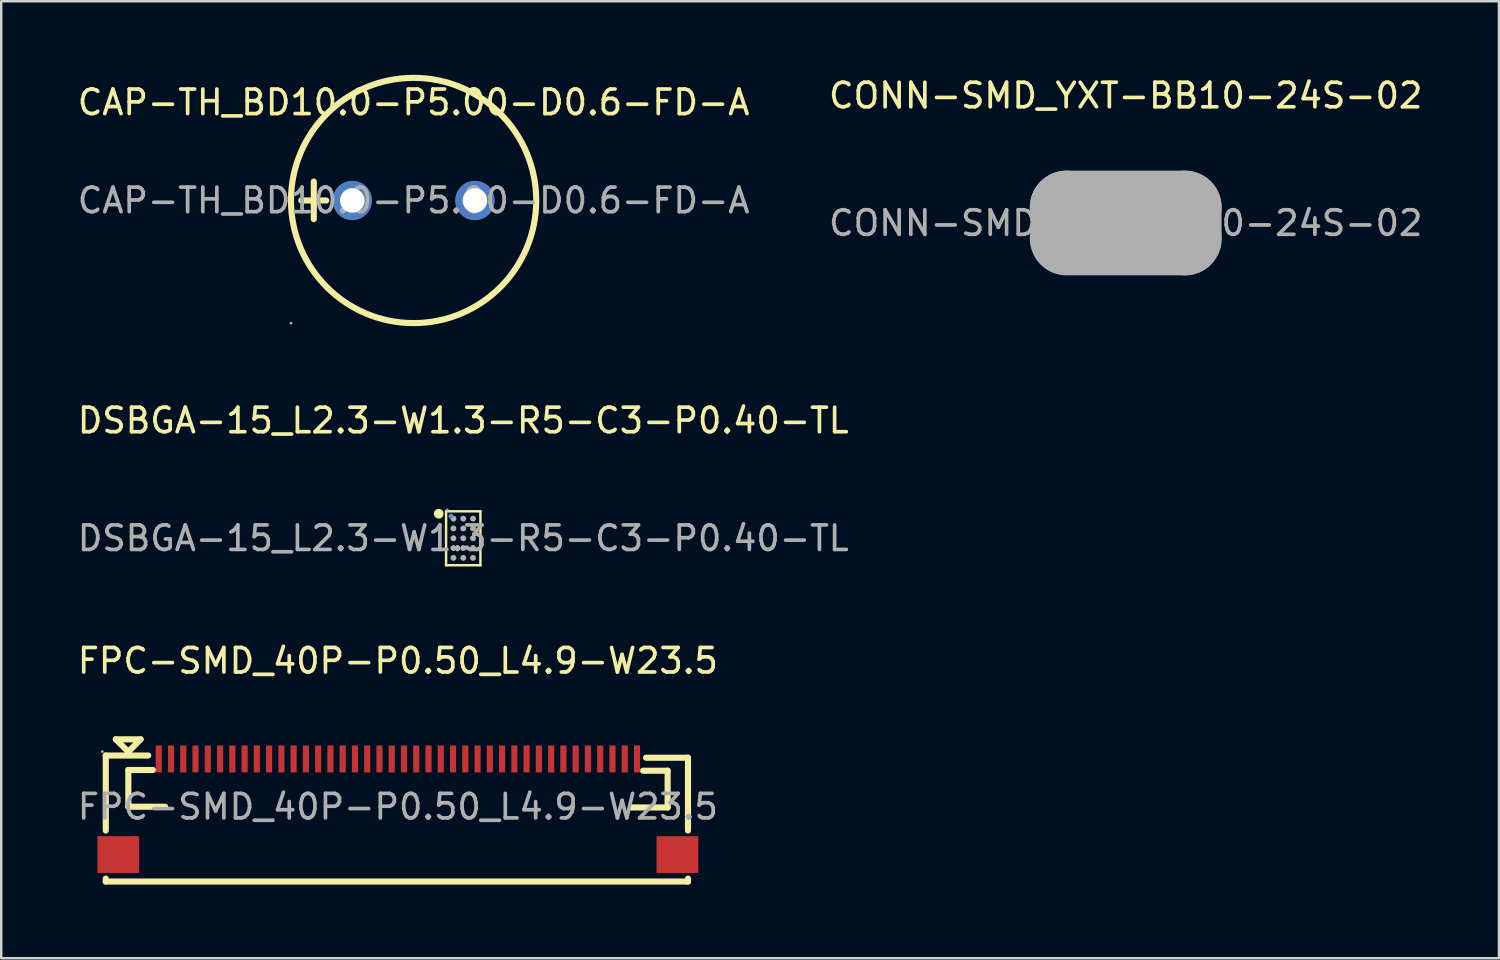
<source format=kicad_pcb>
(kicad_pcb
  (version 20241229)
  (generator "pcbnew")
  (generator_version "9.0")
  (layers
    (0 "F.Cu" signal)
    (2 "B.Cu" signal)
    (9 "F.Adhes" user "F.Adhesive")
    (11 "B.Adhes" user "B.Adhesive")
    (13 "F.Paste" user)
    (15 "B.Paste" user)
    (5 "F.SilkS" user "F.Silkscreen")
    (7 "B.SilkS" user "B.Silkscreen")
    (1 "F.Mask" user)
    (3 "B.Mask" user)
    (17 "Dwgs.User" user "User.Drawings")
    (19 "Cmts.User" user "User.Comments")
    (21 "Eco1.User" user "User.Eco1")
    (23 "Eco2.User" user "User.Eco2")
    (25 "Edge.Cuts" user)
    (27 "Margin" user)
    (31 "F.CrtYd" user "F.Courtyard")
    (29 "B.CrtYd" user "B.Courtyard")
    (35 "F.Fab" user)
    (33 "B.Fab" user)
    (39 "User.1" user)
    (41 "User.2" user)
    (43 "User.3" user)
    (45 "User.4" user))
  (footprint "CONN-SMD_YXT-BB10-24S-02"
    (layer "F.Cu")
    (at 42.851 6.048)
    (property "Reference" "CONN-SMD_YXT-BB10-24S-02" (at 0 -5.2 0) (layer "F.SilkS") (effects (font (size 1 1) (thickness 0.15))))
    (attr smd)
    (fp_line (start -3.65 -0.4) (end -3.65 0.4) (stroke (width 0.15) (type solid)) (layer "F.SilkS"))
    (fp_line (start 3.65 -0.4) (end 3.65 0.4) (stroke (width 0.15) (type solid)) (layer "F.SilkS"))
    (fp_circle (center 2.16 -1.78) (end 2.26 -1.78) (stroke (width 0.2) (type solid)) (fill no) (layer "F.SilkS"))
    (fp_line (start -2.41 -0.64) (end -2.41 -0.64) (stroke (width 3) (type solid)) (layer "F.Fab"))
    (fp_line (start -2.41 -0.64) (end 2.41 -0.64) (stroke (width 3) (type solid)) (layer "F.Fab"))
    (fp_line (start 2.41 -0.64) (end 2.41 0.63) (stroke (width 3) (type solid)) (layer "F.Fab"))
    (fp_line (start 2.41 0.63) (end -2.41 0.63) (stroke (width 3) (type solid)) (layer "F.Fab"))
    (fp_circle (center 3.65 -1.26) (end 3.68 -1.26) (stroke (width 0.06) (type solid)) (fill no) (layer "F.Fab"))
    (fp_text user "${REFERENCE}" (at 0 0 0) (layer "F.Fab") (effects (font (size 1 1) (thickness 0.15))))
    (pad "1" smd rect (at 2.2 -1.2) (size 0.2 0.5) (layers "F.Cu" "F.Mask" "F.Paste"))
    (pad "2" smd rect (at 1.8 -1.2) (size 0.2 0.5) (layers "F.Cu" "F.Mask" "F.Paste"))
    (pad "3" smd rect (at 1.4 -1.2) (size 0.2 0.5) (layers "F.Cu" "F.Mask" "F.Paste"))
    (pad "4" smd rect (at 1 -1.2) (size 0.2 0.5) (layers "F.Cu" "F.Mask" "F.Paste"))
    (pad "5" smd rect (at 0.6 -1.2) (size 0.2 0.5) (layers "F.Cu" "F.Mask" "F.Paste"))
    (pad "6" smd rect (at 0.2 -1.2) (size 0.2 0.5) (layers "F.Cu" "F.Mask" "F.Paste"))
    (pad "7" smd rect (at -0.2 -1.2) (size 0.2 0.5) (layers "F.Cu" "F.Mask" "F.Paste"))
    (pad "8" smd rect (at -0.6 -1.2) (size 0.2 0.5) (layers "F.Cu" "F.Mask" "F.Paste"))
    (pad "9" smd rect (at -1 -1.2) (size 0.2 0.5) (layers "F.Cu" "F.Mask" "F.Paste"))
    (pad "10" smd rect (at -1.4 -1.2) (size 0.2 0.5) (layers "F.Cu" "F.Mask" "F.Paste"))
    (pad "11" smd rect (at -1.8 -1.2) (size 0.2 0.5) (layers "F.Cu" "F.Mask" "F.Paste"))
    (pad "12" smd rect (at -2.2 -1.2) (size 0.2 0.5) (layers "F.Cu" "F.Mask" "F.Paste"))
    (pad "13" smd rect (at -2.2 1.2) (size 0.2 0.5) (layers "F.Cu" "F.Mask" "F.Paste"))
    (pad "14" smd rect (at -1.8 1.2) (size 0.2 0.5) (layers "F.Cu" "F.Mask" "F.Paste"))
    (pad "15" smd rect (at -1.4 1.2) (size 0.2 0.5) (layers "F.Cu" "F.Mask" "F.Paste"))
    (pad "16" smd rect (at -1 1.2) (size 0.2 0.5) (layers "F.Cu" "F.Mask" "F.Paste"))
    (pad "17" smd rect (at -0.6 1.2) (size 0.2 0.5) (layers "F.Cu" "F.Mask" "F.Paste"))
    (pad "18" smd rect (at -0.2 1.2) (size 0.2 0.5) (layers "F.Cu" "F.Mask" "F.Paste"))
    (pad "19" smd rect (at 0.2 1.2) (size 0.2 0.5) (layers "F.Cu" "F.Mask" "F.Paste"))
    (pad "20" smd rect (at 0.6 1.2) (size 0.2 0.5) (layers "F.Cu" "F.Mask" "F.Paste"))
    (pad "21" smd rect (at 1 1.2) (size 0.2 0.5) (layers "F.Cu" "F.Mask" "F.Paste"))
    (pad "22" smd rect (at 1.4 1.2) (size 0.2 0.5) (layers "F.Cu" "F.Mask" "F.Paste"))
    (pad "23" smd rect (at 1.8 1.2) (size 0.2 0.5) (layers "F.Cu" "F.Mask" "F.Paste"))
    (pad "24" smd rect (at 2.2 1.2) (size 0.2 0.5) (layers "F.Cu" "F.Mask" "F.Paste"))
    (pad "25" smd rect (at -3.2 -0.99) (size 0.9 0.92) (layers "F.Cu" "F.Mask" "F.Paste"))
    (pad "26" smd rect (at -3.2 0.99) (size 0.9 0.92) (layers "F.Cu" "F.Mask" "F.Paste"))
    (pad "27" smd rect (at 3.2 0.99) (size 0.9 0.92) (layers "F.Cu" "F.Mask" "F.Paste"))
    (pad "28" smd rect (at 3.2 -0.99) (size 0.9 0.92) (layers "F.Cu" "F.Mask" "F.Paste")))
  (footprint "CAP-TH_BD10.0-P5.00-D0.6-FD-A"
    (layer "F.Cu")
    (at 13.815 5.125)
    (property "Reference" "CAP-TH_BD10.0-P5.00-D0.6-FD-A" (at 0 -4 0) (layer "F.SilkS") (effects (font (size 1 1) (thickness 0.15))))
    (attr through_hole)
    (fp_line (start -4.58 0) (end -3.56 0) (stroke (width 0.25) (type solid)) (layer "F.SilkS"))
    (fp_line (start -4.07 -0.77) (end -4.07 0.76) (stroke (width 0.25) (type solid)) (layer "F.SilkS"))
    (fp_circle (center 0 0) (end 5 0) (stroke (width 0.25) (type solid)) (fill no) (layer "F.SilkS"))
    (fp_circle (center -5 5) (end -4.97 5) (stroke (width 0.06) (type solid)) (fill no) (layer "F.Fab"))
    (fp_circle (center -2.5 0) (end -2.35 0) (stroke (width 0.3) (type solid)) (fill no) (layer "F.Fab"))
    (fp_circle (center 2.5 0) (end 2.65 0) (stroke (width 0.3) (type solid)) (fill no) (layer "F.Fab"))
    (fp_text user "${REFERENCE}" (at 0 0 0) (layer "F.Fab") (effects (font (size 1 1) (thickness 0.15))))
    (pad "1" thru_hole circle (at -2.5 0) (size 1.6 1.6) (drill 1) (layers "*.Cu" "*.Mask"))
    (pad "2" thru_hole circle (at 2.5 0) (size 1.6 1.6) (drill 1) (layers "*.Cu" "*.Mask")))
  (footprint "DSBGA-15_L2.3-W1.3-R5-C3-P0.40-TL"
    (layer "F.Cu")
    (at 15.839 18.898)
    (property "Reference" "DSBGA-15_L2.3-W1.3-R5-C3-P0.40-TL" (at 0 -4.8 0) (layer "F.SilkS") (effects (font (size 1 1) (thickness 0.15))))
    (attr smd)
    (fp_line (start -0.7 -1.1) (end -0.7 -1.1) (stroke (width 0.1) (type solid)) (layer "F.SilkS"))
    (fp_line (start -0.7 -1.1) (end 0.7 -1.1) (stroke (width 0.1) (type solid)) (layer "F.SilkS"))
    (fp_line (start -0.7 1.1) (end -0.7 -1.1) (stroke (width 0.1) (type solid)) (layer "F.SilkS"))
    (fp_line (start 0.7 -1.1) (end 0.7 1.1) (stroke (width 0.1) (type solid)) (layer "F.SilkS"))
    (fp_line (start 0.7 1.1) (end -0.7 1.1) (stroke (width 0.1) (type solid)) (layer "F.SilkS"))
    (fp_circle (center -1 -1) (end -0.9 -1) (stroke (width 0.2) (type solid)) (fill no) (layer "F.SilkS"))
    (fp_circle (center -0.5 -0.9) (end -0.45 -0.9) (stroke (width 0.1) (type solid)) (fill no) (layer "Cmts.User"))
    (fp_circle (center -0.65 -1.15) (end -0.62 -1.15) (stroke (width 0.06) (type solid)) (fill no) (layer "F.Fab"))
    (fp_circle (center -0.4 -0.8) (end -0.34 -0.8) (stroke (width 0.12) (type solid)) (fill no) (layer "F.Fab"))
    (fp_circle (center -0.4 -0.4) (end -0.34 -0.4) (stroke (width 0.12) (type solid)) (fill no) (layer "F.Fab"))
    (fp_circle (center -0.4 0) (end -0.34 0) (stroke (width 0.12) (type solid)) (fill no) (layer "F.Fab"))
    (fp_circle (center -0.4 0.4) (end -0.34 0.4) (stroke (width 0.12) (type solid)) (fill no) (layer "F.Fab"))
    (fp_circle (center -0.4 0.8) (end -0.34 0.8) (stroke (width 0.12) (type solid)) (fill no) (layer "F.Fab"))
    (fp_circle (center 0 -0.8) (end 0.06 -0.8) (stroke (width 0.12) (type solid)) (fill no) (layer "F.Fab"))
    (fp_circle (center 0 -0.4) (end 0.06 -0.4) (stroke (width 0.12) (type solid)) (fill no) (layer "F.Fab"))
    (fp_circle (center 0 0) (end 0.06 0) (stroke (width 0.12) (type solid)) (fill no) (layer "F.Fab"))
    (fp_circle (center 0 0.4) (end 0.06 0.4) (stroke (width 0.12) (type solid)) (fill no) (layer "F.Fab"))
    (fp_circle (center 0 0.8) (end 0.06 0.8) (stroke (width 0.12) (type solid)) (fill no) (layer "F.Fab"))
    (fp_circle (center 0.4 -0.8) (end 0.46 -0.8) (stroke (width 0.12) (type solid)) (fill no) (layer "F.Fab"))
    (fp_circle (center 0.4 -0.4) (end 0.46 -0.4) (stroke (width 0.12) (type solid)) (fill no) (layer "F.Fab"))
    (fp_circle (center 0.4 0) (end 0.46 0) (stroke (width 0.12) (type solid)) (fill no) (layer "F.Fab"))
    (fp_circle (center 0.4 0.4) (end 0.46 0.4) (stroke (width 0.12) (type solid)) (fill no) (layer "F.Fab"))
    (fp_circle (center 0.4 0.8) (end 0.46 0.8) (stroke (width 0.12) (type solid)) (fill no) (layer "F.Fab"))
    (fp_text user "${REFERENCE}" (at 0 0 0) (layer "F.Fab") (effects (font (size 1 1) (thickness 0.15))))
    (pad "A1" smd circle (at -0.4 -0.8) (size 0.2 0.2) (layers "F.Cu" "F.Mask" "F.Paste"))
    (pad "A2" smd circle (at 0 -0.8) (size 0.2 0.2) (layers "F.Cu" "F.Mask" "F.Paste"))
    (pad "A3" smd circle (at 0.4 -0.8) (size 0.2 0.2) (layers "F.Cu" "F.Mask" "F.Paste"))
    (pad "B1" smd circle (at -0.4 -0.4) (size 0.2 0.2) (layers "F.Cu" "F.Mask" "F.Paste"))
    (pad "B2" smd circle (at 0 -0.4) (size 0.2 0.2) (layers "F.Cu" "F.Mask" "F.Paste"))
    (pad "B3" smd circle (at 0.4 -0.4) (size 0.2 0.2) (layers "F.Cu" "F.Mask" "F.Paste"))
    (pad "C1" smd circle (at -0.4 0) (size 0.2 0.2) (layers "F.Cu" "F.Mask" "F.Paste"))
    (pad "C2" smd circle (at 0 0) (size 0.2 0.2) (layers "F.Cu" "F.Mask" "F.Paste"))
    (pad "C3" smd circle (at 0.4 0) (size 0.2 0.2) (layers "F.Cu" "F.Mask" "F.Paste"))
    (pad "D1" smd circle (at -0.4 0.4) (size 0.2 0.2) (layers "F.Cu" "F.Mask" "F.Paste"))
    (pad "D2" smd circle (at 0 0.4) (size 0.2 0.2) (layers "F.Cu" "F.Mask" "F.Paste"))
    (pad "D3" smd circle (at 0.4 0.4) (size 0.2 0.2) (layers "F.Cu" "F.Mask" "F.Paste"))
    (pad "E1" smd circle (at -0.4 0.8) (size 0.2 0.2) (layers "F.Cu" "F.Mask" "F.Paste"))
    (pad "E2" smd circle (at 0 0.8) (size 0.2 0.2) (layers "F.Cu" "F.Mask" "F.Paste"))
    (pad "E3" smd circle (at 0.4 0.8) (size 0.2 0.2) (layers "F.Cu" "F.Mask" "F.Paste")))
  (footprint "FPC-SMD_40P-P0.50_L4.9-W23.5"
    (layer "F.Cu")
    (at 13.173 29.846)
    (property "Reference" "FPC-SMD_40P-P0.50_L4.9-W23.5" (at 0 -5.95 0) (layer "F.SilkS") (effects (font (size 1 1) (thickness 0.15))))
    (attr smd)
    (fp_line (start -11.91 -2.09) (end -10.18 -2.09) (stroke (width 0.25) (type solid)) (layer "F.SilkS"))
    (fp_line (start -11.91 0.97) (end -11.91 -2.09) (stroke (width 0.25) (type solid)) (layer "F.SilkS"))
    (fp_line (start -11.91 3.05) (end -11.91 2.93) (stroke (width 0.25) (type solid)) (layer "F.SilkS"))
    (fp_line (start -11.5 -2.75) (end -10.49 -2.75) (stroke (width 0.25) (type solid)) (layer "F.SilkS"))
    (fp_line (start -10.99 -2.24) (end -11.5 -2.75) (stroke (width 0.25) (type solid)) (layer "F.SilkS"))
    (fp_line (start -10.99 -1.5) (end -10.99 0) (stroke (width 0.25) (type solid)) (layer "F.SilkS"))
    (fp_line (start -10.99 0) (end -9.49 0) (stroke (width 0.25) (type solid)) (layer "F.SilkS"))
    (fp_line (start -10.49 -2.75) (end -10.99 -2.24) (stroke (width 0.25) (type solid)) (layer "F.SilkS"))
    (fp_line (start -9.99 -1.5) (end -10.99 -1.5) (stroke (width 0.25) (type solid)) (layer "F.SilkS"))
    (fp_line (start 10 -1.47) (end 11 -1.47) (stroke (width 0.25) (type solid)) (layer "F.SilkS"))
    (fp_line (start 10.12 -2) (end 11.83 -2) (stroke (width 0.25) (type solid)) (layer "F.SilkS"))
    (fp_line (start 11 -1.47) (end 11 0.03) (stroke (width 0.25) (type solid)) (layer "F.SilkS"))
    (fp_line (start 11 0.03) (end 9.51 0.03) (stroke (width 0.25) (type solid)) (layer "F.SilkS"))
    (fp_line (start 11.83 -2) (end 11.83 0.97) (stroke (width 0.25) (type solid)) (layer "F.SilkS"))
    (fp_line (start 11.83 2.93) (end 11.83 3.05) (stroke (width 0.25) (type solid)) (layer "F.SilkS"))
    (fp_line (start 11.83 3.05) (end -11.91 3.05) (stroke (width 0.25) (type solid)) (layer "F.SilkS"))
    (fp_circle (center -12.05 -2.25) (end -12.02 -2.25) (stroke (width 0.06) (type solid)) (fill no) (layer "F.Fab"))
    (fp_text user "${REFERENCE}" (at 0 0 0) (layer "F.Fab") (effects (font (size 1 1) (thickness 0.15))))
    (pad "0" smd rect (at -11.4 1.95) (size 1.7 1.5) (layers "F.Cu" "F.Mask" "F.Paste"))
    (pad "0" smd rect (at 11.4 1.95) (size 1.7 1.5) (layers "F.Cu" "F.Mask" "F.Paste"))
    (pad "1" smd rect (at -9.75 -1.95) (size 0.25 1.1) (layers "F.Cu" "F.Mask" "F.Paste"))
    (pad "2" smd rect (at -9.25 -1.95) (size 0.25 1.1) (layers "F.Cu" "F.Mask" "F.Paste"))
    (pad "3" smd rect (at -8.75 -1.95) (size 0.25 1.1) (layers "F.Cu" "F.Mask" "F.Paste"))
    (pad "4" smd rect (at -8.25 -1.95) (size 0.25 1.1) (layers "F.Cu" "F.Mask" "F.Paste"))
    (pad "5" smd rect (at -7.75 -1.95) (size 0.25 1.1) (layers "F.Cu" "F.Mask" "F.Paste"))
    (pad "6" smd rect (at -7.25 -1.95) (size 0.25 1.1) (layers "F.Cu" "F.Mask" "F.Paste"))
    (pad "7" smd rect (at -6.75 -1.95) (size 0.25 1.1) (layers "F.Cu" "F.Mask" "F.Paste"))
    (pad "8" smd rect (at -6.25 -1.95) (size 0.25 1.1) (layers "F.Cu" "F.Mask" "F.Paste"))
    (pad "9" smd rect (at -5.75 -1.95) (size 0.25 1.1) (layers "F.Cu" "F.Mask" "F.Paste"))
    (pad "10" smd rect (at -5.25 -1.95) (size 0.25 1.1) (layers "F.Cu" "F.Mask" "F.Paste"))
    (pad "11" smd rect (at -4.75 -1.95) (size 0.25 1.1) (layers "F.Cu" "F.Mask" "F.Paste"))
    (pad "12" smd rect (at -4.25 -1.95) (size 0.25 1.1) (layers "F.Cu" "F.Mask" "F.Paste"))
    (pad "13" smd rect (at -3.75 -1.95) (size 0.25 1.1) (layers "F.Cu" "F.Mask" "F.Paste"))
    (pad "14" smd rect (at -3.25 -1.95) (size 0.25 1.1) (layers "F.Cu" "F.Mask" "F.Paste"))
    (pad "15" smd rect (at -2.75 -1.95) (size 0.25 1.1) (layers "F.Cu" "F.Mask" "F.Paste"))
    (pad "16" smd rect (at -2.25 -1.95) (size 0.25 1.1) (layers "F.Cu" "F.Mask" "F.Paste"))
    (pad "17" smd rect (at -1.75 -1.95) (size 0.25 1.1) (layers "F.Cu" "F.Mask" "F.Paste"))
    (pad "18" smd rect (at -1.25 -1.95) (size 0.25 1.1) (layers "F.Cu" "F.Mask" "F.Paste"))
    (pad "19" smd rect (at -0.75 -1.95) (size 0.25 1.1) (layers "F.Cu" "F.Mask" "F.Paste"))
    (pad "20" smd rect (at -0.25 -1.95) (size 0.25 1.1) (layers "F.Cu" "F.Mask" "F.Paste"))
    (pad "21" smd rect (at 0.25 -1.95) (size 0.25 1.1) (layers "F.Cu" "F.Mask" "F.Paste"))
    (pad "22" smd rect (at 0.75 -1.95) (size 0.25 1.1) (layers "F.Cu" "F.Mask" "F.Paste"))
    (pad "23" smd rect (at 1.25 -1.95) (size 0.25 1.1) (layers "F.Cu" "F.Mask" "F.Paste"))
    (pad "24" smd rect (at 1.75 -1.95) (size 0.25 1.1) (layers "F.Cu" "F.Mask" "F.Paste"))
    (pad "25" smd rect (at 2.25 -1.95) (size 0.25 1.1) (layers "F.Cu" "F.Mask" "F.Paste"))
    (pad "26" smd rect (at 2.75 -1.95) (size 0.25 1.1) (layers "F.Cu" "F.Mask" "F.Paste"))
    (pad "27" smd rect (at 3.25 -1.95) (size 0.25 1.1) (layers "F.Cu" "F.Mask" "F.Paste"))
    (pad "28" smd rect (at 3.75 -1.95) (size 0.25 1.1) (layers "F.Cu" "F.Mask" "F.Paste"))
    (pad "29" smd rect (at 4.25 -1.95) (size 0.25 1.1) (layers "F.Cu" "F.Mask" "F.Paste"))
    (pad "30" smd rect (at 4.75 -1.95) (size 0.25 1.1) (layers "F.Cu" "F.Mask" "F.Paste"))
    (pad "31" smd rect (at 5.25 -1.95) (size 0.25 1.1) (layers "F.Cu" "F.Mask" "F.Paste"))
    (pad "32" smd rect (at 5.75 -1.95) (size 0.25 1.1) (layers "F.Cu" "F.Mask" "F.Paste"))
    (pad "33" smd rect (at 6.25 -1.95) (size 0.25 1.1) (layers "F.Cu" "F.Mask" "F.Paste"))
    (pad "34" smd rect (at 6.75 -1.95) (size 0.25 1.1) (layers "F.Cu" "F.Mask" "F.Paste"))
    (pad "35" smd rect (at 7.25 -1.95) (size 0.25 1.1) (layers "F.Cu" "F.Mask" "F.Paste"))
    (pad "36" smd rect (at 7.75 -1.95) (size 0.25 1.1) (layers "F.Cu" "F.Mask" "F.Paste"))
    (pad "37" smd rect (at 8.25 -1.95) (size 0.25 1.1) (layers "F.Cu" "F.Mask" "F.Paste"))
    (pad "38" smd rect (at 8.75 -1.95) (size 0.25 1.1) (layers "F.Cu" "F.Mask" "F.Paste"))
    (pad "39" smd rect (at 9.25 -1.95) (size 0.25 1.1) (layers "F.Cu" "F.Mask" "F.Paste"))
    (pad "40" smd rect (at 9.75 -1.95) (size 0.25 1.1) (layers "F.Cu" "F.Mask" "F.Paste")))
  (gr_rect
    (start -3 -3)
    (end 58.071 36.022)
    (stroke (width 0.1) (type default))
    (fill no)
    (layer "Edge.Cuts")))
</source>
